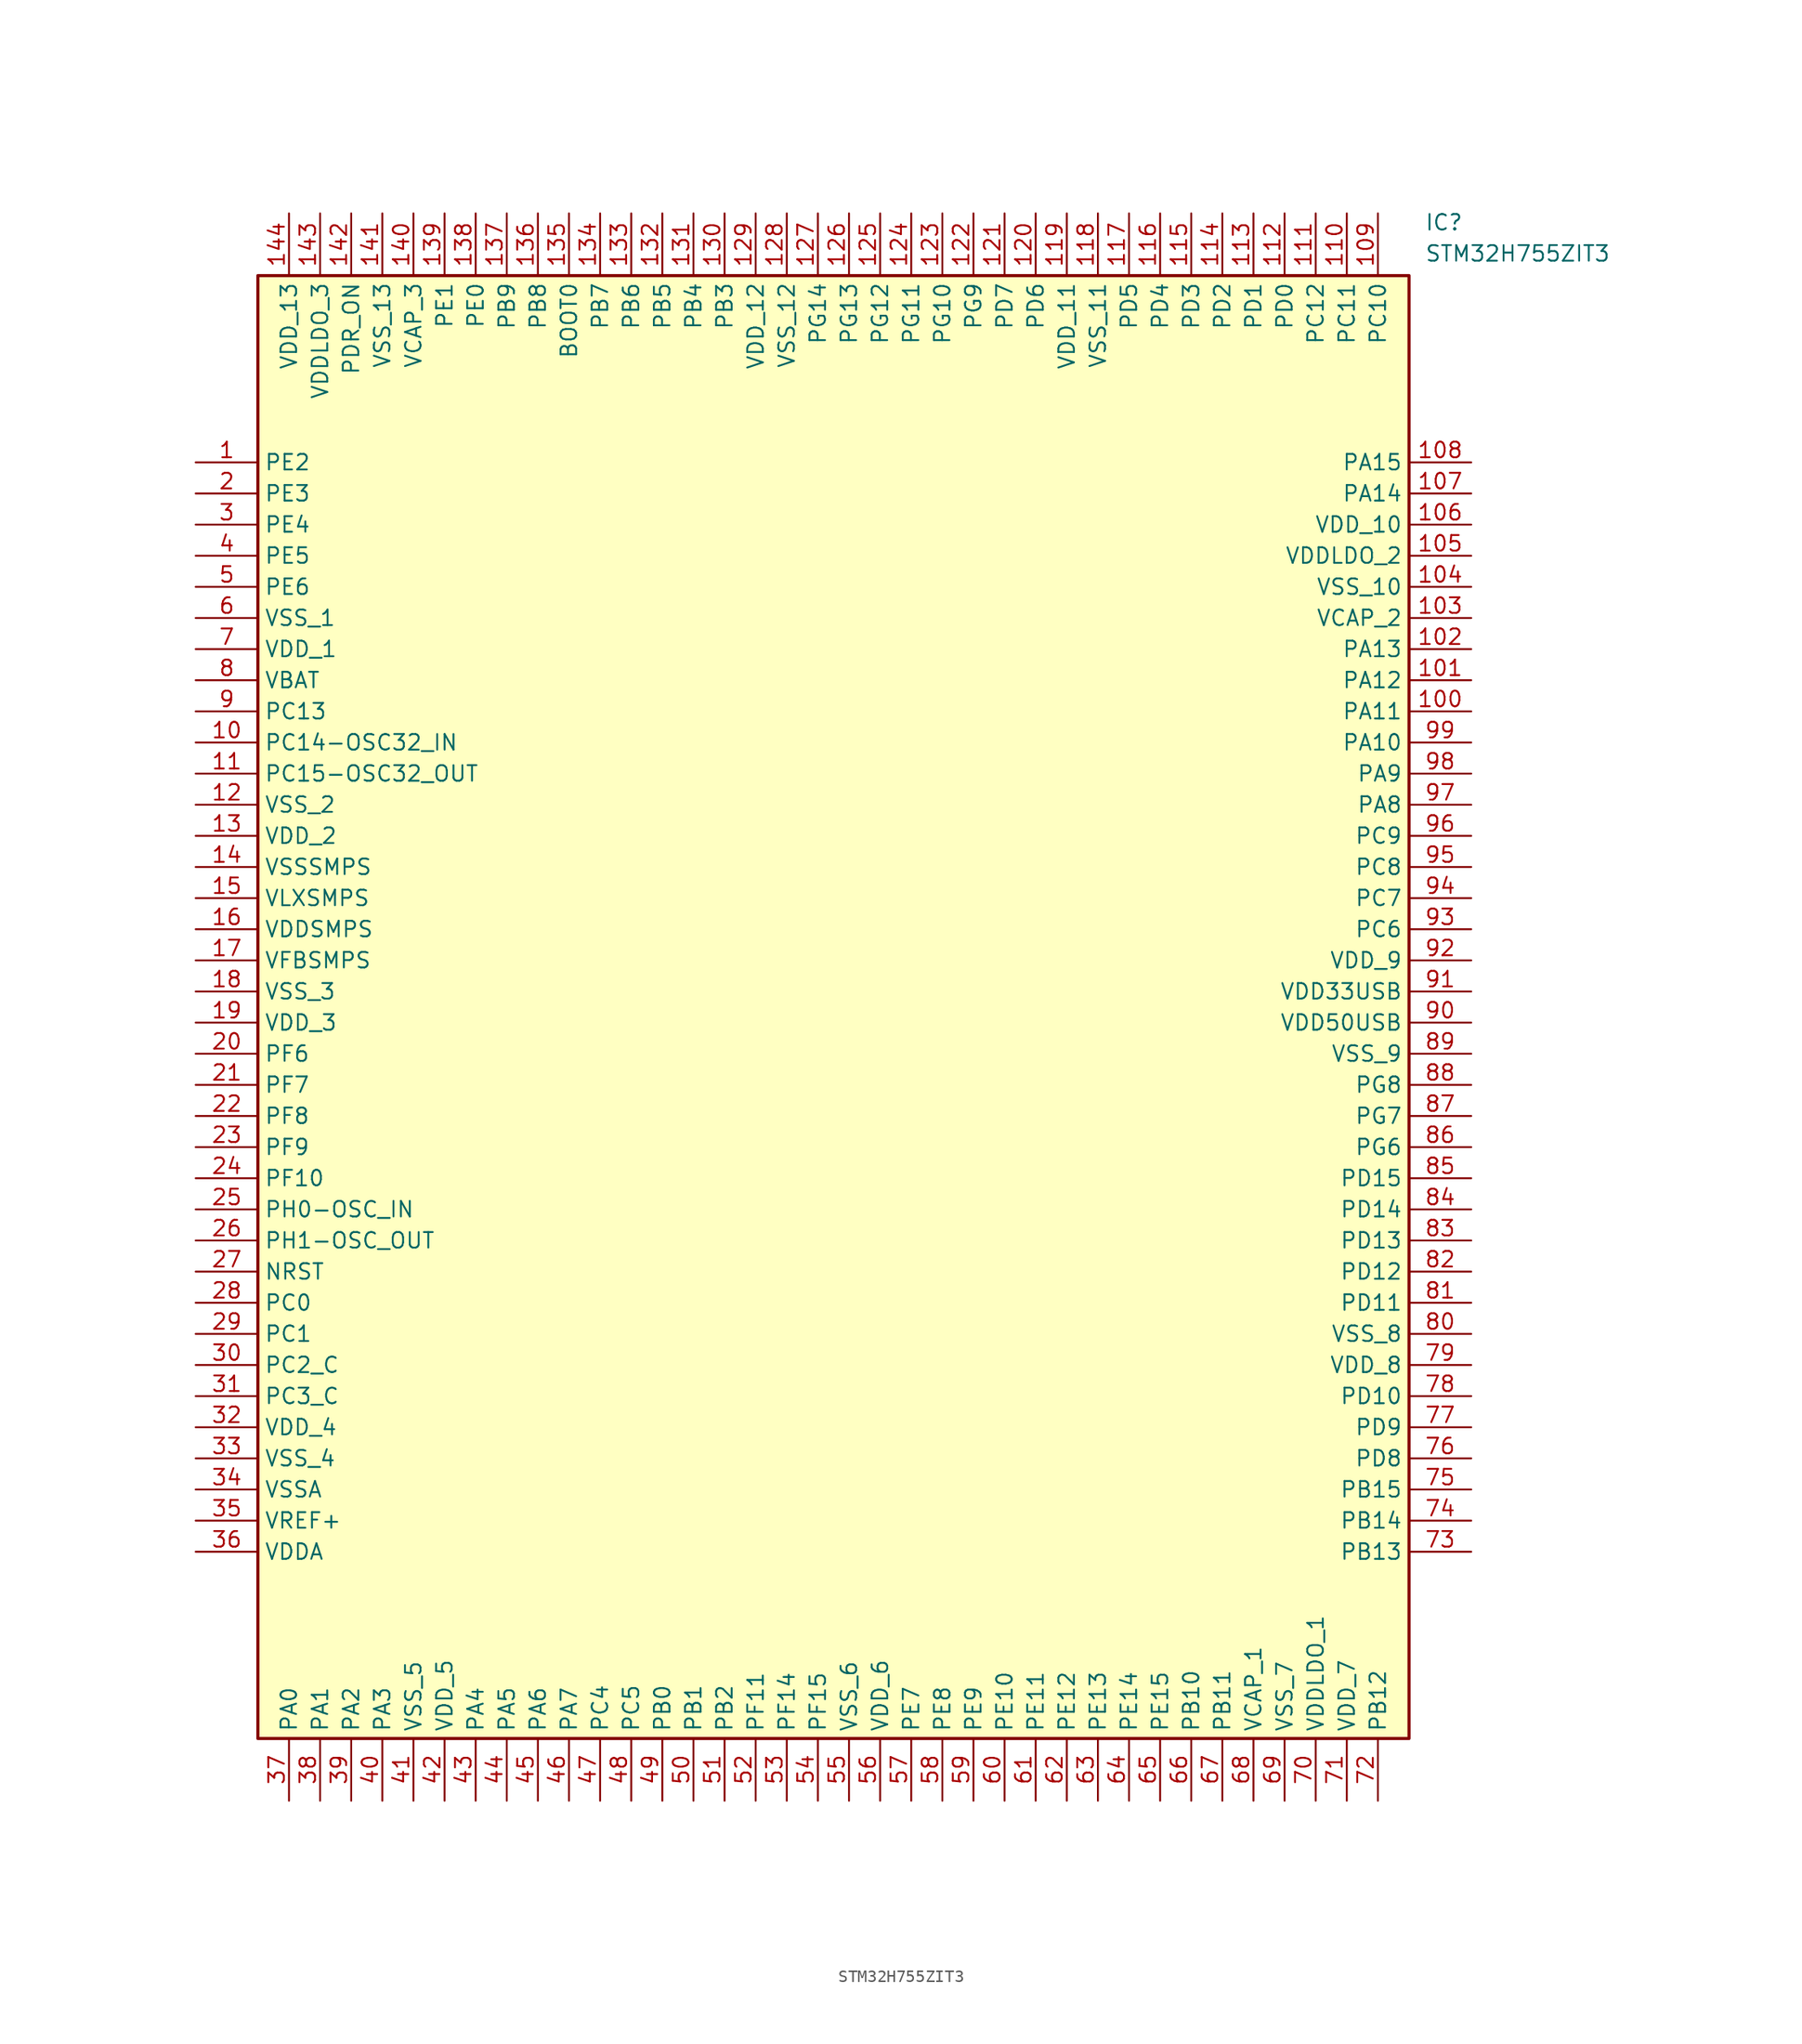
<source format=kicad_sym>
(kicad_symbol_lib
  (version 20211014)
  (generator SamacSys_ECAD_Model)
  (symbol "STM32H755ZIT3"
    (property "Reference" "IC"
      (at 100.33 20.32 0)
      (effects (font (size 1.27 1.27)) (justify left top)))
    (property "Value" "STM32H755ZIT3"
      (at 100.33 17.78 0)
      (effects (font (size 1.27 1.27)) (justify left top)))
    (rectangle
      (start 5.08 15.24)
      (end 99.06 -104.14)
      (stroke (width 0.254) (type default))
      (fill (type background)))
    (pin passive line
      (at 0 0 0)
      (length 5.08)
      (name "PE2" (effects (font (size 1.27 1.27))))
      (number "1" (effects (font (size 1.27 1.27)))))
    (pin passive line
      (at 0 -2.54 0)
      (length 5.08)
      (name "PE3" (effects (font (size 1.27 1.27))))
      (number "2" (effects (font (size 1.27 1.27)))))
    (pin passive line
      (at 0 -5.08 0)
      (length 5.08)
      (name "PE4" (effects (font (size 1.27 1.27))))
      (number "3" (effects (font (size 1.27 1.27)))))
    (pin passive line
      (at 0 -7.62 0)
      (length 5.08)
      (name "PE5" (effects (font (size 1.27 1.27))))
      (number "4" (effects (font (size 1.27 1.27)))))
    (pin passive line
      (at 0 -10.16 0)
      (length 5.08)
      (name "PE6" (effects (font (size 1.27 1.27))))
      (number "5" (effects (font (size 1.27 1.27)))))
    (pin passive line
      (at 0 -12.7 0)
      (length 5.08)
      (name "VSS_1" (effects (font (size 1.27 1.27))))
      (number "6" (effects (font (size 1.27 1.27)))))
    (pin passive line
      (at 0 -15.24 0)
      (length 5.08)
      (name "VDD_1" (effects (font (size 1.27 1.27))))
      (number "7" (effects (font (size 1.27 1.27)))))
    (pin passive line
      (at 0 -17.78 0)
      (length 5.08)
      (name "VBAT" (effects (font (size 1.27 1.27))))
      (number "8" (effects (font (size 1.27 1.27)))))
    (pin passive line
      (at 0 -20.32 0)
      (length 5.08)
      (name "PC13" (effects (font (size 1.27 1.27))))
      (number "9" (effects (font (size 1.27 1.27)))))
    (pin passive line
      (at 0 -22.86 0)
      (length 5.08)
      (name "PC14-OSC32_IN" (effects (font (size 1.27 1.27))))
      (number "10" (effects (font (size 1.27 1.27)))))
    (pin passive line
      (at 0 -25.4 0)
      (length 5.08)
      (name "PC15-OSC32_OUT" (effects (font (size 1.27 1.27))))
      (number "11" (effects (font (size 1.27 1.27)))))
    (pin passive line
      (at 0 -27.94 0)
      (length 5.08)
      (name "VSS_2" (effects (font (size 1.27 1.27))))
      (number "12" (effects (font (size 1.27 1.27)))))
    (pin passive line
      (at 0 -30.48 0)
      (length 5.08)
      (name "VDD_2" (effects (font (size 1.27 1.27))))
      (number "13" (effects (font (size 1.27 1.27)))))
    (pin passive line
      (at 0 -33.02 0)
      (length 5.08)
      (name "VSSSMPS" (effects (font (size 1.27 1.27))))
      (number "14" (effects (font (size 1.27 1.27)))))
    (pin passive line
      (at 0 -35.56 0)
      (length 5.08)
      (name "VLXSMPS" (effects (font (size 1.27 1.27))))
      (number "15" (effects (font (size 1.27 1.27)))))
    (pin passive line
      (at 0 -38.1 0)
      (length 5.08)
      (name "VDDSMPS" (effects (font (size 1.27 1.27))))
      (number "16" (effects (font (size 1.27 1.27)))))
    (pin passive line
      (at 0 -40.64 0)
      (length 5.08)
      (name "VFBSMPS" (effects (font (size 1.27 1.27))))
      (number "17" (effects (font (size 1.27 1.27)))))
    (pin passive line
      (at 0 -43.18 0)
      (length 5.08)
      (name "VSS_3" (effects (font (size 1.27 1.27))))
      (number "18" (effects (font (size 1.27 1.27)))))
    (pin passive line
      (at 0 -45.72 0)
      (length 5.08)
      (name "VDD_3" (effects (font (size 1.27 1.27))))
      (number "19" (effects (font (size 1.27 1.27)))))
    (pin passive line
      (at 0 -48.26 0)
      (length 5.08)
      (name "PF6" (effects (font (size 1.27 1.27))))
      (number "20" (effects (font (size 1.27 1.27)))))
    (pin passive line
      (at 0 -50.8 0)
      (length 5.08)
      (name "PF7" (effects (font (size 1.27 1.27))))
      (number "21" (effects (font (size 1.27 1.27)))))
    (pin passive line
      (at 0 -53.34 0)
      (length 5.08)
      (name "PF8" (effects (font (size 1.27 1.27))))
      (number "22" (effects (font (size 1.27 1.27)))))
    (pin passive line
      (at 0 -55.88 0)
      (length 5.08)
      (name "PF9" (effects (font (size 1.27 1.27))))
      (number "23" (effects (font (size 1.27 1.27)))))
    (pin passive line
      (at 0 -58.42 0)
      (length 5.08)
      (name "PF10" (effects (font (size 1.27 1.27))))
      (number "24" (effects (font (size 1.27 1.27)))))
    (pin passive line
      (at 0 -60.96 0)
      (length 5.08)
      (name "PH0-OSC_IN" (effects (font (size 1.27 1.27))))
      (number "25" (effects (font (size 1.27 1.27)))))
    (pin passive line
      (at 0 -63.5 0)
      (length 5.08)
      (name "PH1-OSC_OUT" (effects (font (size 1.27 1.27))))
      (number "26" (effects (font (size 1.27 1.27)))))
    (pin passive line
      (at 0 -66.04 0)
      (length 5.08)
      (name "NRST" (effects (font (size 1.27 1.27))))
      (number "27" (effects (font (size 1.27 1.27)))))
    (pin passive line
      (at 0 -68.58 0)
      (length 5.08)
      (name "PC0" (effects (font (size 1.27 1.27))))
      (number "28" (effects (font (size 1.27 1.27)))))
    (pin passive line
      (at 0 -71.12 0)
      (length 5.08)
      (name "PC1" (effects (font (size 1.27 1.27))))
      (number "29" (effects (font (size 1.27 1.27)))))
    (pin passive line
      (at 0 -73.66 0)
      (length 5.08)
      (name "PC2_C" (effects (font (size 1.27 1.27))))
      (number "30" (effects (font (size 1.27 1.27)))))
    (pin passive line
      (at 0 -76.2 0)
      (length 5.08)
      (name "PC3_C" (effects (font (size 1.27 1.27))))
      (number "31" (effects (font (size 1.27 1.27)))))
    (pin passive line
      (at 0 -78.74 0)
      (length 5.08)
      (name "VDD_4" (effects (font (size 1.27 1.27))))
      (number "32" (effects (font (size 1.27 1.27)))))
    (pin passive line
      (at 0 -81.28 0)
      (length 5.08)
      (name "VSS_4" (effects (font (size 1.27 1.27))))
      (number "33" (effects (font (size 1.27 1.27)))))
    (pin passive line
      (at 0 -83.82 0)
      (length 5.08)
      (name "VSSA" (effects (font (size 1.27 1.27))))
      (number "34" (effects (font (size 1.27 1.27)))))
    (pin passive line
      (at 0 -86.36 0)
      (length 5.08)
      (name "VREF+" (effects (font (size 1.27 1.27))))
      (number "35" (effects (font (size 1.27 1.27)))))
    (pin passive line
      (at 0 -88.9 0)
      (length 5.08)
      (name "VDDA" (effects (font (size 1.27 1.27))))
      (number "36" (effects (font (size 1.27 1.27)))))
    (pin passive line
      (at 7.62 -109.22 90)
      (length 5.08)
      (name "PA0" (effects (font (size 1.27 1.27))))
      (number "37" (effects (font (size 1.27 1.27)))))
    (pin passive line
      (at 10.16 -109.22 90)
      (length 5.08)
      (name "PA1" (effects (font (size 1.27 1.27))))
      (number "38" (effects (font (size 1.27 1.27)))))
    (pin passive line
      (at 12.7 -109.22 90)
      (length 5.08)
      (name "PA2" (effects (font (size 1.27 1.27))))
      (number "39" (effects (font (size 1.27 1.27)))))
    (pin passive line
      (at 15.24 -109.22 90)
      (length 5.08)
      (name "PA3" (effects (font (size 1.27 1.27))))
      (number "40" (effects (font (size 1.27 1.27)))))
    (pin passive line
      (at 17.78 -109.22 90)
      (length 5.08)
      (name "VSS_5" (effects (font (size 1.27 1.27))))
      (number "41" (effects (font (size 1.27 1.27)))))
    (pin passive line
      (at 20.32 -109.22 90)
      (length 5.08)
      (name "VDD_5" (effects (font (size 1.27 1.27))))
      (number "42" (effects (font (size 1.27 1.27)))))
    (pin passive line
      (at 22.86 -109.22 90)
      (length 5.08)
      (name "PA4" (effects (font (size 1.27 1.27))))
      (number "43" (effects (font (size 1.27 1.27)))))
    (pin passive line
      (at 25.4 -109.22 90)
      (length 5.08)
      (name "PA5" (effects (font (size 1.27 1.27))))
      (number "44" (effects (font (size 1.27 1.27)))))
    (pin passive line
      (at 27.94 -109.22 90)
      (length 5.08)
      (name "PA6" (effects (font (size 1.27 1.27))))
      (number "45" (effects (font (size 1.27 1.27)))))
    (pin passive line
      (at 30.48 -109.22 90)
      (length 5.08)
      (name "PA7" (effects (font (size 1.27 1.27))))
      (number "46" (effects (font (size 1.27 1.27)))))
    (pin passive line
      (at 33.02 -109.22 90)
      (length 5.08)
      (name "PC4" (effects (font (size 1.27 1.27))))
      (number "47" (effects (font (size 1.27 1.27)))))
    (pin passive line
      (at 35.56 -109.22 90)
      (length 5.08)
      (name "PC5" (effects (font (size 1.27 1.27))))
      (number "48" (effects (font (size 1.27 1.27)))))
    (pin passive line
      (at 38.1 -109.22 90)
      (length 5.08)
      (name "PB0" (effects (font (size 1.27 1.27))))
      (number "49" (effects (font (size 1.27 1.27)))))
    (pin passive line
      (at 40.64 -109.22 90)
      (length 5.08)
      (name "PB1" (effects (font (size 1.27 1.27))))
      (number "50" (effects (font (size 1.27 1.27)))))
    (pin passive line
      (at 43.18 -109.22 90)
      (length 5.08)
      (name "PB2" (effects (font (size 1.27 1.27))))
      (number "51" (effects (font (size 1.27 1.27)))))
    (pin passive line
      (at 45.72 -109.22 90)
      (length 5.08)
      (name "PF11" (effects (font (size 1.27 1.27))))
      (number "52" (effects (font (size 1.27 1.27)))))
    (pin passive line
      (at 48.26 -109.22 90)
      (length 5.08)
      (name "PF14" (effects (font (size 1.27 1.27))))
      (number "53" (effects (font (size 1.27 1.27)))))
    (pin passive line
      (at 50.8 -109.22 90)
      (length 5.08)
      (name "PF15" (effects (font (size 1.27 1.27))))
      (number "54" (effects (font (size 1.27 1.27)))))
    (pin passive line
      (at 53.34 -109.22 90)
      (length 5.08)
      (name "VSS_6" (effects (font (size 1.27 1.27))))
      (number "55" (effects (font (size 1.27 1.27)))))
    (pin passive line
      (at 55.88 -109.22 90)
      (length 5.08)
      (name "VDD_6" (effects (font (size 1.27 1.27))))
      (number "56" (effects (font (size 1.27 1.27)))))
    (pin passive line
      (at 58.42 -109.22 90)
      (length 5.08)
      (name "PE7" (effects (font (size 1.27 1.27))))
      (number "57" (effects (font (size 1.27 1.27)))))
    (pin passive line
      (at 60.96 -109.22 90)
      (length 5.08)
      (name "PE8" (effects (font (size 1.27 1.27))))
      (number "58" (effects (font (size 1.27 1.27)))))
    (pin passive line
      (at 63.5 -109.22 90)
      (length 5.08)
      (name "PE9" (effects (font (size 1.27 1.27))))
      (number "59" (effects (font (size 1.27 1.27)))))
    (pin passive line
      (at 66.04 -109.22 90)
      (length 5.08)
      (name "PE10" (effects (font (size 1.27 1.27))))
      (number "60" (effects (font (size 1.27 1.27)))))
    (pin passive line
      (at 68.58 -109.22 90)
      (length 5.08)
      (name "PE11" (effects (font (size 1.27 1.27))))
      (number "61" (effects (font (size 1.27 1.27)))))
    (pin passive line
      (at 71.12 -109.22 90)
      (length 5.08)
      (name "PE12" (effects (font (size 1.27 1.27))))
      (number "62" (effects (font (size 1.27 1.27)))))
    (pin passive line
      (at 73.66 -109.22 90)
      (length 5.08)
      (name "PE13" (effects (font (size 1.27 1.27))))
      (number "63" (effects (font (size 1.27 1.27)))))
    (pin passive line
      (at 76.2 -109.22 90)
      (length 5.08)
      (name "PE14" (effects (font (size 1.27 1.27))))
      (number "64" (effects (font (size 1.27 1.27)))))
    (pin passive line
      (at 78.74 -109.22 90)
      (length 5.08)
      (name "PE15" (effects (font (size 1.27 1.27))))
      (number "65" (effects (font (size 1.27 1.27)))))
    (pin passive line
      (at 81.28 -109.22 90)
      (length 5.08)
      (name "PB10" (effects (font (size 1.27 1.27))))
      (number "66" (effects (font (size 1.27 1.27)))))
    (pin passive line
      (at 83.82 -109.22 90)
      (length 5.08)
      (name "PB11" (effects (font (size 1.27 1.27))))
      (number "67" (effects (font (size 1.27 1.27)))))
    (pin passive line
      (at 86.36 -109.22 90)
      (length 5.08)
      (name "VCAP_1" (effects (font (size 1.27 1.27))))
      (number "68" (effects (font (size 1.27 1.27)))))
    (pin passive line
      (at 88.9 -109.22 90)
      (length 5.08)
      (name "VSS_7" (effects (font (size 1.27 1.27))))
      (number "69" (effects (font (size 1.27 1.27)))))
    (pin passive line
      (at 91.44 -109.22 90)
      (length 5.08)
      (name "VDDLDO_1" (effects (font (size 1.27 1.27))))
      (number "70" (effects (font (size 1.27 1.27)))))
    (pin passive line
      (at 93.98 -109.22 90)
      (length 5.08)
      (name "VDD_7" (effects (font (size 1.27 1.27))))
      (number "71" (effects (font (size 1.27 1.27)))))
    (pin passive line
      (at 96.52 -109.22 90)
      (length 5.08)
      (name "PB12" (effects (font (size 1.27 1.27))))
      (number "72" (effects (font (size 1.27 1.27)))))
    (pin passive line
      (at 104.14 0 180)
      (length 5.08)
      (name "PA15" (effects (font (size 1.27 1.27))))
      (number "108" (effects (font (size 1.27 1.27)))))
    (pin passive line
      (at 104.14 -2.54 180)
      (length 5.08)
      (name "PA14" (effects (font (size 1.27 1.27))))
      (number "107" (effects (font (size 1.27 1.27)))))
    (pin passive line
      (at 104.14 -5.08 180)
      (length 5.08)
      (name "VDD_10" (effects (font (size 1.27 1.27))))
      (number "106" (effects (font (size 1.27 1.27)))))
    (pin passive line
      (at 104.14 -7.62 180)
      (length 5.08)
      (name "VDDLDO_2" (effects (font (size 1.27 1.27))))
      (number "105" (effects (font (size 1.27 1.27)))))
    (pin passive line
      (at 104.14 -10.16 180)
      (length 5.08)
      (name "VSS_10" (effects (font (size 1.27 1.27))))
      (number "104" (effects (font (size 1.27 1.27)))))
    (pin passive line
      (at 104.14 -12.7 180)
      (length 5.08)
      (name "VCAP_2" (effects (font (size 1.27 1.27))))
      (number "103" (effects (font (size 1.27 1.27)))))
    (pin passive line
      (at 104.14 -15.24 180)
      (length 5.08)
      (name "PA13" (effects (font (size 1.27 1.27))))
      (number "102" (effects (font (size 1.27 1.27)))))
    (pin passive line
      (at 104.14 -17.78 180)
      (length 5.08)
      (name "PA12" (effects (font (size 1.27 1.27))))
      (number "101" (effects (font (size 1.27 1.27)))))
    (pin passive line
      (at 104.14 -20.32 180)
      (length 5.08)
      (name "PA11" (effects (font (size 1.27 1.27))))
      (number "100" (effects (font (size 1.27 1.27)))))
    (pin passive line
      (at 104.14 -22.86 180)
      (length 5.08)
      (name "PA10" (effects (font (size 1.27 1.27))))
      (number "99" (effects (font (size 1.27 1.27)))))
    (pin passive line
      (at 104.14 -25.4 180)
      (length 5.08)
      (name "PA9" (effects (font (size 1.27 1.27))))
      (number "98" (effects (font (size 1.27 1.27)))))
    (pin passive line
      (at 104.14 -27.94 180)
      (length 5.08)
      (name "PA8" (effects (font (size 1.27 1.27))))
      (number "97" (effects (font (size 1.27 1.27)))))
    (pin passive line
      (at 104.14 -30.48 180)
      (length 5.08)
      (name "PC9" (effects (font (size 1.27 1.27))))
      (number "96" (effects (font (size 1.27 1.27)))))
    (pin passive line
      (at 104.14 -33.02 180)
      (length 5.08)
      (name "PC8" (effects (font (size 1.27 1.27))))
      (number "95" (effects (font (size 1.27 1.27)))))
    (pin passive line
      (at 104.14 -35.56 180)
      (length 5.08)
      (name "PC7" (effects (font (size 1.27 1.27))))
      (number "94" (effects (font (size 1.27 1.27)))))
    (pin passive line
      (at 104.14 -38.1 180)
      (length 5.08)
      (name "PC6" (effects (font (size 1.27 1.27))))
      (number "93" (effects (font (size 1.27 1.27)))))
    (pin passive line
      (at 104.14 -40.64 180)
      (length 5.08)
      (name "VDD_9" (effects (font (size 1.27 1.27))))
      (number "92" (effects (font (size 1.27 1.27)))))
    (pin passive line
      (at 104.14 -43.18 180)
      (length 5.08)
      (name "VDD33USB" (effects (font (size 1.27 1.27))))
      (number "91" (effects (font (size 1.27 1.27)))))
    (pin passive line
      (at 104.14 -45.72 180)
      (length 5.08)
      (name "VDD50USB" (effects (font (size 1.27 1.27))))
      (number "90" (effects (font (size 1.27 1.27)))))
    (pin passive line
      (at 104.14 -48.26 180)
      (length 5.08)
      (name "VSS_9" (effects (font (size 1.27 1.27))))
      (number "89" (effects (font (size 1.27 1.27)))))
    (pin passive line
      (at 104.14 -50.8 180)
      (length 5.08)
      (name "PG8" (effects (font (size 1.27 1.27))))
      (number "88" (effects (font (size 1.27 1.27)))))
    (pin passive line
      (at 104.14 -53.34 180)
      (length 5.08)
      (name "PG7" (effects (font (size 1.27 1.27))))
      (number "87" (effects (font (size 1.27 1.27)))))
    (pin passive line
      (at 104.14 -55.88 180)
      (length 5.08)
      (name "PG6" (effects (font (size 1.27 1.27))))
      (number "86" (effects (font (size 1.27 1.27)))))
    (pin passive line
      (at 104.14 -58.42 180)
      (length 5.08)
      (name "PD15" (effects (font (size 1.27 1.27))))
      (number "85" (effects (font (size 1.27 1.27)))))
    (pin passive line
      (at 104.14 -60.96 180)
      (length 5.08)
      (name "PD14" (effects (font (size 1.27 1.27))))
      (number "84" (effects (font (size 1.27 1.27)))))
    (pin passive line
      (at 104.14 -63.5 180)
      (length 5.08)
      (name "PD13" (effects (font (size 1.27 1.27))))
      (number "83" (effects (font (size 1.27 1.27)))))
    (pin passive line
      (at 104.14 -66.04 180)
      (length 5.08)
      (name "PD12" (effects (font (size 1.27 1.27))))
      (number "82" (effects (font (size 1.27 1.27)))))
    (pin passive line
      (at 104.14 -68.58 180)
      (length 5.08)
      (name "PD11" (effects (font (size 1.27 1.27))))
      (number "81" (effects (font (size 1.27 1.27)))))
    (pin passive line
      (at 104.14 -71.12 180)
      (length 5.08)
      (name "VSS_8" (effects (font (size 1.27 1.27))))
      (number "80" (effects (font (size 1.27 1.27)))))
    (pin passive line
      (at 104.14 -73.66 180)
      (length 5.08)
      (name "VDD_8" (effects (font (size 1.27 1.27))))
      (number "79" (effects (font (size 1.27 1.27)))))
    (pin passive line
      (at 104.14 -76.2 180)
      (length 5.08)
      (name "PD10" (effects (font (size 1.27 1.27))))
      (number "78" (effects (font (size 1.27 1.27)))))
    (pin passive line
      (at 104.14 -78.74 180)
      (length 5.08)
      (name "PD9" (effects (font (size 1.27 1.27))))
      (number "77" (effects (font (size 1.27 1.27)))))
    (pin passive line
      (at 104.14 -81.28 180)
      (length 5.08)
      (name "PD8" (effects (font (size 1.27 1.27))))
      (number "76" (effects (font (size 1.27 1.27)))))
    (pin passive line
      (at 104.14 -83.82 180)
      (length 5.08)
      (name "PB15" (effects (font (size 1.27 1.27))))
      (number "75" (effects (font (size 1.27 1.27)))))
    (pin passive line
      (at 104.14 -86.36 180)
      (length 5.08)
      (name "PB14" (effects (font (size 1.27 1.27))))
      (number "74" (effects (font (size 1.27 1.27)))))
    (pin passive line
      (at 104.14 -88.9 180)
      (length 5.08)
      (name "PB13" (effects (font (size 1.27 1.27))))
      (number "73" (effects (font (size 1.27 1.27)))))
    (pin passive line
      (at 7.62 20.32 270)
      (length 5.08)
      (name "VDD_13" (effects (font (size 1.27 1.27))))
      (number "144" (effects (font (size 1.27 1.27)))))
    (pin passive line
      (at 10.16 20.32 270)
      (length 5.08)
      (name "VDDLDO_3" (effects (font (size 1.27 1.27))))
      (number "143" (effects (font (size 1.27 1.27)))))
    (pin passive line
      (at 12.7 20.32 270)
      (length 5.08)
      (name "PDR_ON" (effects (font (size 1.27 1.27))))
      (number "142" (effects (font (size 1.27 1.27)))))
    (pin passive line
      (at 15.24 20.32 270)
      (length 5.08)
      (name "VSS_13" (effects (font (size 1.27 1.27))))
      (number "141" (effects (font (size 1.27 1.27)))))
    (pin passive line
      (at 17.78 20.32 270)
      (length 5.08)
      (name "VCAP_3" (effects (font (size 1.27 1.27))))
      (number "140" (effects (font (size 1.27 1.27)))))
    (pin passive line
      (at 20.32 20.32 270)
      (length 5.08)
      (name "PE1" (effects (font (size 1.27 1.27))))
      (number "139" (effects (font (size 1.27 1.27)))))
    (pin passive line
      (at 22.86 20.32 270)
      (length 5.08)
      (name "PE0" (effects (font (size 1.27 1.27))))
      (number "138" (effects (font (size 1.27 1.27)))))
    (pin passive line
      (at 25.4 20.32 270)
      (length 5.08)
      (name "PB9" (effects (font (size 1.27 1.27))))
      (number "137" (effects (font (size 1.27 1.27)))))
    (pin passive line
      (at 27.94 20.32 270)
      (length 5.08)
      (name "PB8" (effects (font (size 1.27 1.27))))
      (number "136" (effects (font (size 1.27 1.27)))))
    (pin passive line
      (at 30.48 20.32 270)
      (length 5.08)
      (name "BOOT0" (effects (font (size 1.27 1.27))))
      (number "135" (effects (font (size 1.27 1.27)))))
    (pin passive line
      (at 33.02 20.32 270)
      (length 5.08)
      (name "PB7" (effects (font (size 1.27 1.27))))
      (number "134" (effects (font (size 1.27 1.27)))))
    (pin passive line
      (at 35.56 20.32 270)
      (length 5.08)
      (name "PB6" (effects (font (size 1.27 1.27))))
      (number "133" (effects (font (size 1.27 1.27)))))
    (pin passive line
      (at 38.1 20.32 270)
      (length 5.08)
      (name "PB5" (effects (font (size 1.27 1.27))))
      (number "132" (effects (font (size 1.27 1.27)))))
    (pin passive line
      (at 40.64 20.32 270)
      (length 5.08)
      (name "PB4" (effects (font (size 1.27 1.27))))
      (number "131" (effects (font (size 1.27 1.27)))))
    (pin passive line
      (at 43.18 20.32 270)
      (length 5.08)
      (name "PB3" (effects (font (size 1.27 1.27))))
      (number "130" (effects (font (size 1.27 1.27)))))
    (pin passive line
      (at 45.72 20.32 270)
      (length 5.08)
      (name "VDD_12" (effects (font (size 1.27 1.27))))
      (number "129" (effects (font (size 1.27 1.27)))))
    (pin passive line
      (at 48.26 20.32 270)
      (length 5.08)
      (name "VSS_12" (effects (font (size 1.27 1.27))))
      (number "128" (effects (font (size 1.27 1.27)))))
    (pin passive line
      (at 50.8 20.32 270)
      (length 5.08)
      (name "PG14" (effects (font (size 1.27 1.27))))
      (number "127" (effects (font (size 1.27 1.27)))))
    (pin passive line
      (at 53.34 20.32 270)
      (length 5.08)
      (name "PG13" (effects (font (size 1.27 1.27))))
      (number "126" (effects (font (size 1.27 1.27)))))
    (pin passive line
      (at 55.88 20.32 270)
      (length 5.08)
      (name "PG12" (effects (font (size 1.27 1.27))))
      (number "125" (effects (font (size 1.27 1.27)))))
    (pin passive line
      (at 58.42 20.32 270)
      (length 5.08)
      (name "PG11" (effects (font (size 1.27 1.27))))
      (number "124" (effects (font (size 1.27 1.27)))))
    (pin passive line
      (at 60.96 20.32 270)
      (length 5.08)
      (name "PG10" (effects (font (size 1.27 1.27))))
      (number "123" (effects (font (size 1.27 1.27)))))
    (pin passive line
      (at 63.5 20.32 270)
      (length 5.08)
      (name "PG9" (effects (font (size 1.27 1.27))))
      (number "122" (effects (font (size 1.27 1.27)))))
    (pin passive line
      (at 66.04 20.32 270)
      (length 5.08)
      (name "PD7" (effects (font (size 1.27 1.27))))
      (number "121" (effects (font (size 1.27 1.27)))))
    (pin passive line
      (at 68.58 20.32 270)
      (length 5.08)
      (name "PD6" (effects (font (size 1.27 1.27))))
      (number "120" (effects (font (size 1.27 1.27)))))
    (pin passive line
      (at 71.12 20.32 270)
      (length 5.08)
      (name "VDD_11" (effects (font (size 1.27 1.27))))
      (number "119" (effects (font (size 1.27 1.27)))))
    (pin passive line
      (at 73.66 20.32 270)
      (length 5.08)
      (name "VSS_11" (effects (font (size 1.27 1.27))))
      (number "118" (effects (font (size 1.27 1.27)))))
    (pin passive line
      (at 76.2 20.32 270)
      (length 5.08)
      (name "PD5" (effects (font (size 1.27 1.27))))
      (number "117" (effects (font (size 1.27 1.27)))))
    (pin passive line
      (at 78.74 20.32 270)
      (length 5.08)
      (name "PD4" (effects (font (size 1.27 1.27))))
      (number "116" (effects (font (size 1.27 1.27)))))
    (pin passive line
      (at 81.28 20.32 270)
      (length 5.08)
      (name "PD3" (effects (font (size 1.27 1.27))))
      (number "115" (effects (font (size 1.27 1.27)))))
    (pin passive line
      (at 83.82 20.32 270)
      (length 5.08)
      (name "PD2" (effects (font (size 1.27 1.27))))
      (number "114" (effects (font (size 1.27 1.27)))))
    (pin passive line
      (at 86.36 20.32 270)
      (length 5.08)
      (name "PD1" (effects (font (size 1.27 1.27))))
      (number "113" (effects (font (size 1.27 1.27)))))
    (pin passive line
      (at 88.9 20.32 270)
      (length 5.08)
      (name "PD0" (effects (font (size 1.27 1.27))))
      (number "112" (effects (font (size 1.27 1.27)))))
    (pin passive line
      (at 91.44 20.32 270)
      (length 5.08)
      (name "PC12" (effects (font (size 1.27 1.27))))
      (number "111" (effects (font (size 1.27 1.27)))))
    (pin passive line
      (at 93.98 20.32 270)
      (length 5.08)
      (name "PC11" (effects (font (size 1.27 1.27))))
      (number "110" (effects (font (size 1.27 1.27)))))
    (pin passive line
      (at 96.52 20.32 270)
      (length 5.08)
      (name "PC10" (effects (font (size 1.27 1.27))))
      (number "109" (effects (font (size 1.27 1.27)))))))
</source>
